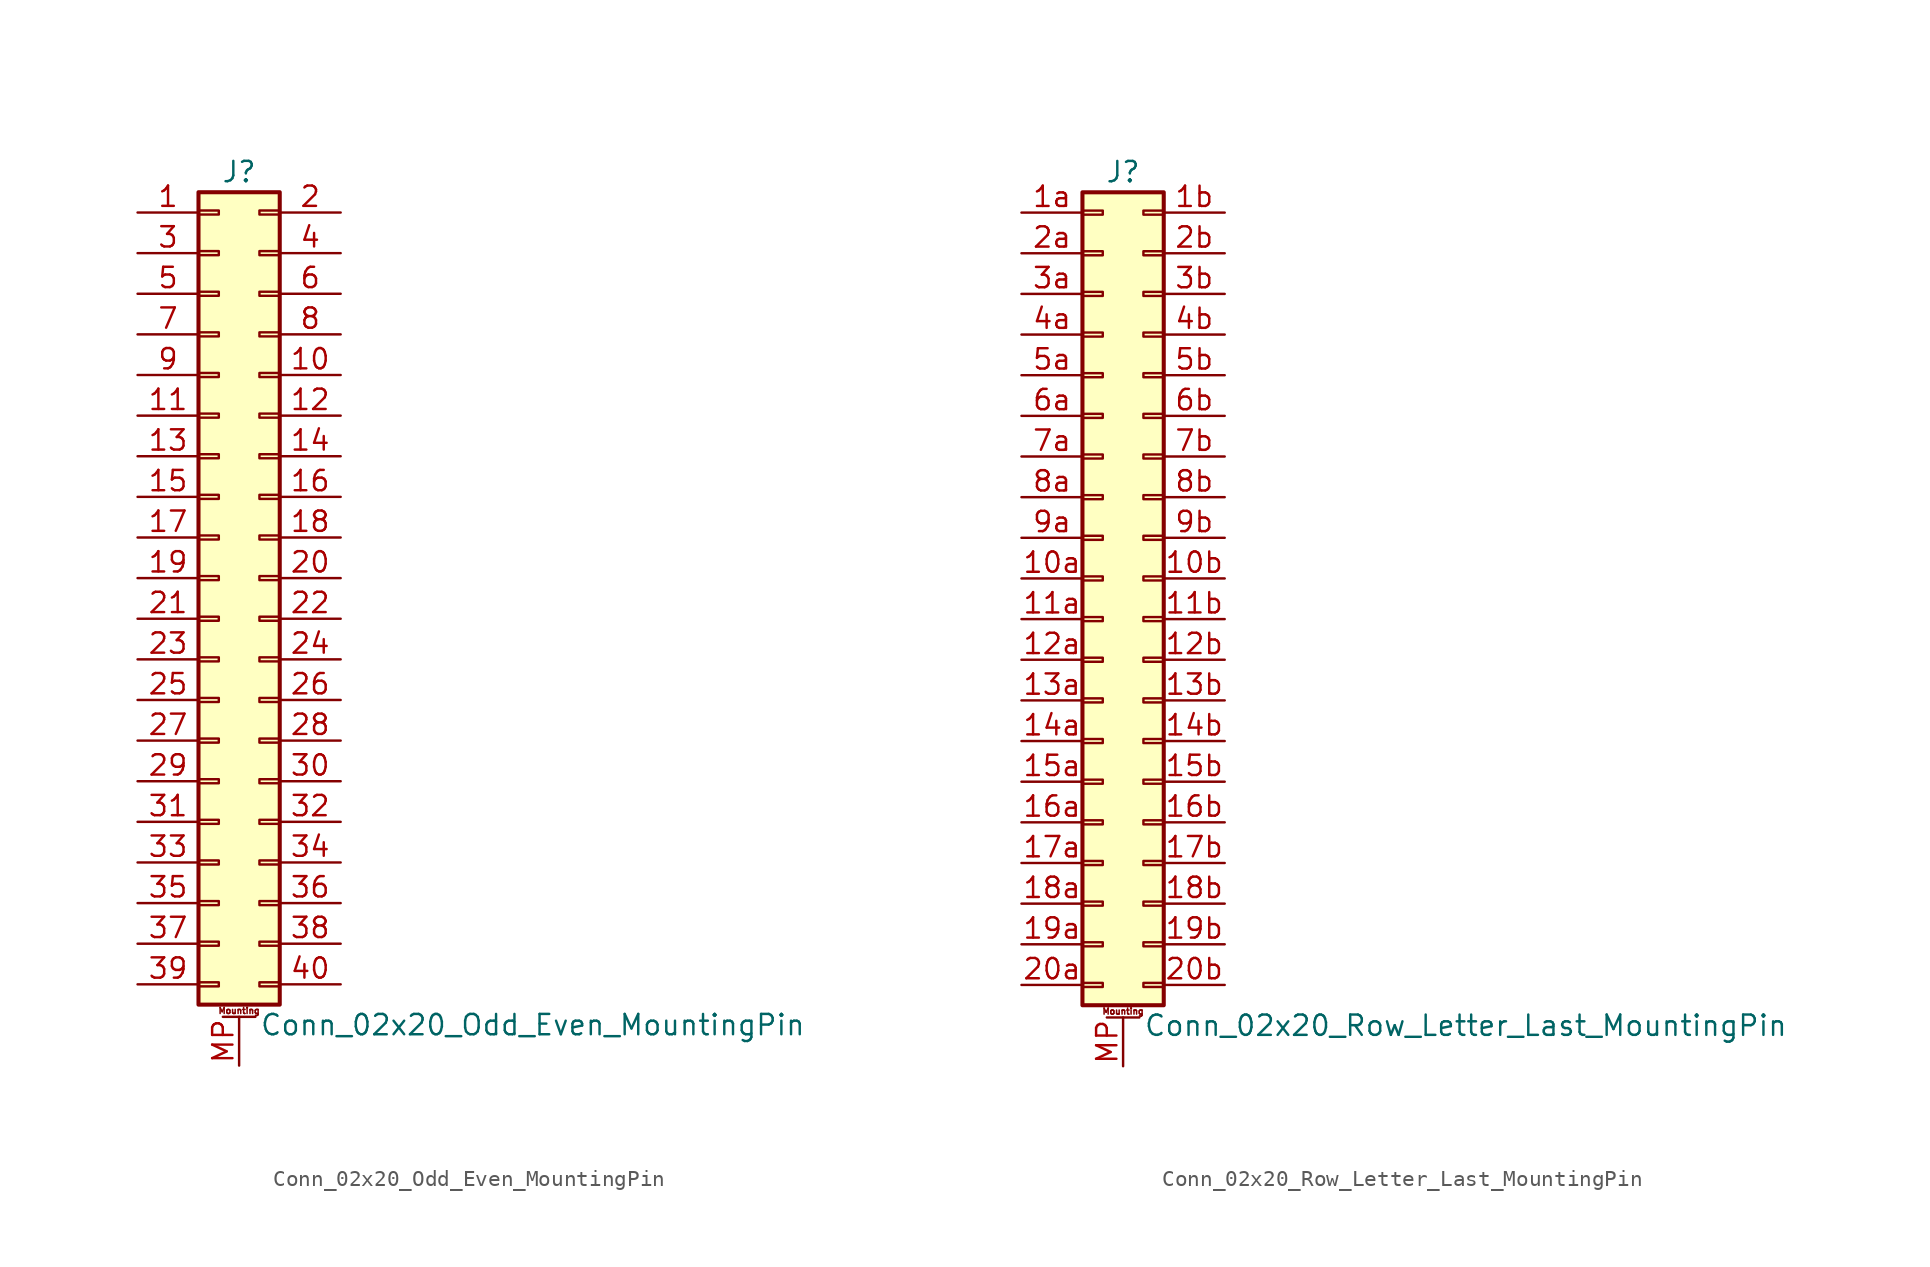
<source format=kicad_sym>
(kicad_symbol_lib
  (version 20201005)
  (generator kicad_symbol_editor)
  (symbol "Connector_Generic_MountingPin:Conn_02x20_Odd_Even_MountingPin"
    (pin_names
      (offset 1.016) hide)
    (property "Reference" "J"
      (at 1.27 25.4 0)
      (effects (font (size 1.27 1.27))))
    (property "Value" "Conn_02x20_Odd_Even_MountingPin"
      (at 2.54 -27.94 0)
      (effects (font (size 1.27 1.27)) (justify left)))
    (symbol "Conn_02x20_Odd_Even_MountingPin_1_1"
      (text "Mounting" (at 1.27 -27.051 0) (effects (font (size 0.381 0.381))))
      (rectangle (start -1.27 -4.953) (end 0 -5.207) (stroke (width 0.152)) (fill (type none)))
      (rectangle (start -1.27 -7.493) (end 0 -7.747) (stroke (width 0.152)) (fill (type none)))
      (rectangle (start -1.27 -10.033) (end 0 -10.287) (stroke (width 0.152)) (fill (type none)))
      (rectangle (start -1.27 -12.573) (end 0 -12.827) (stroke (width 0.152)) (fill (type none)))
      (rectangle (start -1.27 -15.113) (end 0 -15.367) (stroke (width 0.152)) (fill (type none)))
      (rectangle (start -1.27 -17.653) (end 0 -17.907) (stroke (width 0.152)) (fill (type none)))
      (rectangle (start -1.27 -20.193) (end 0 -20.447) (stroke (width 0.152)) (fill (type none)))
      (rectangle (start -1.27 -22.733) (end 0 -22.987) (stroke (width 0.152)) (fill (type none)))
      (rectangle (start -1.27 -2.413) (end 0 -2.667) (stroke (width 0.152)) (fill (type none)))
      (rectangle (start -1.27 -25.273) (end 0 -25.527) (stroke (width 0.152)) (fill (type none)))
      (rectangle (start -1.27 2.667) (end 0 2.413) (stroke (width 0.152)) (fill (type none)))
      (rectangle (start -1.27 5.207) (end 0 4.953) (stroke (width 0.152)) (fill (type none)))
      (rectangle (start -1.27 7.747) (end 0 7.493) (stroke (width 0.152)) (fill (type none)))
      (rectangle (start -1.27 10.287) (end 0 10.033) (stroke (width 0.152)) (fill (type none)))
      (rectangle (start -1.27 0.127) (end 0 -0.127) (stroke (width 0.152)) (fill (type none)))
      (rectangle (start -1.27 12.827) (end 0 12.573) (stroke (width 0.152)) (fill (type none)))
      (rectangle (start -1.27 15.367) (end 0 15.113) (stroke (width 0.152)) (fill (type none)))
      (rectangle (start -1.27 17.907) (end 0 17.653) (stroke (width 0.152)) (fill (type none)))
      (rectangle (start -1.27 20.447) (end 0 20.193) (stroke (width 0.152)) (fill (type none)))
      (rectangle (start -1.27 22.987) (end 0 22.733) (stroke (width 0.152)) (fill (type none)))
      (rectangle (start -1.27 24.13) (end 3.81 -26.67) (stroke (width 0.254)) (fill (type background)))
      (rectangle (start 3.81 -4.953) (end 2.54 -5.207) (stroke (width 0.152)) (fill (type none)))
      (rectangle (start 3.81 -7.493) (end 2.54 -7.747) (stroke (width 0.152)) (fill (type none)))
      (rectangle (start 3.81 -10.033) (end 2.54 -10.287) (stroke (width 0.152)) (fill (type none)))
      (rectangle (start 3.81 -12.573) (end 2.54 -12.827) (stroke (width 0.152)) (fill (type none)))
      (rectangle (start 3.81 -15.113) (end 2.54 -15.367) (stroke (width 0.152)) (fill (type none)))
      (rectangle (start 3.81 -17.653) (end 2.54 -17.907) (stroke (width 0.152)) (fill (type none)))
      (rectangle (start 3.81 -20.193) (end 2.54 -20.447) (stroke (width 0.152)) (fill (type none)))
      (rectangle (start 3.81 -22.733) (end 2.54 -22.987) (stroke (width 0.152)) (fill (type none)))
      (rectangle (start 3.81 -2.413) (end 2.54 -2.667) (stroke (width 0.152)) (fill (type none)))
      (rectangle (start 3.81 -25.273) (end 2.54 -25.527) (stroke (width 0.152)) (fill (type none)))
      (rectangle (start 3.81 2.667) (end 2.54 2.413) (stroke (width 0.152)) (fill (type none)))
      (rectangle (start 3.81 5.207) (end 2.54 4.953) (stroke (width 0.152)) (fill (type none)))
      (rectangle (start 3.81 7.747) (end 2.54 7.493) (stroke (width 0.152)) (fill (type none)))
      (rectangle (start 3.81 10.287) (end 2.54 10.033) (stroke (width 0.152)) (fill (type none)))
      (rectangle (start 3.81 0.127) (end 2.54 -0.127) (stroke (width 0.152)) (fill (type none)))
      (rectangle (start 3.81 12.827) (end 2.54 12.573) (stroke (width 0.152)) (fill (type none)))
      (rectangle (start 3.81 15.367) (end 2.54 15.113) (stroke (width 0.152)) (fill (type none)))
      (rectangle (start 3.81 17.907) (end 2.54 17.653) (stroke (width 0.152)) (fill (type none)))
      (rectangle (start 3.81 20.447) (end 2.54 20.193) (stroke (width 0.152)) (fill (type none)))
      (rectangle (start 3.81 22.987) (end 2.54 22.733) (stroke (width 0.152)) (fill (type none)))
      (polyline (pts (xy 0.254 -27.432) (xy 2.286 -27.432)) (stroke (width 0.152)) (fill (type none)))
      (pin passive line (at 1.27 -30.48 90) (length 3.048) (name "MountPin" (effects (font (size 1.27 1.27)))) (number "MP" (effects (font (size 1.27 1.27)))))
      (pin passive line (at -5.08 22.86 0) (length 3.81) (name "Pin_1" (effects (font (size 1.27 1.27)))) (number "1" (effects (font (size 1.27 1.27)))))
      (pin passive line (at 7.62 12.7 180) (length 3.81) (name "Pin_10" (effects (font (size 1.27 1.27)))) (number "10" (effects (font (size 1.27 1.27)))))
      (pin passive line (at -5.08 10.16 0) (length 3.81) (name "Pin_11" (effects (font (size 1.27 1.27)))) (number "11" (effects (font (size 1.27 1.27)))))
      (pin passive line (at 7.62 10.16 180) (length 3.81) (name "Pin_12" (effects (font (size 1.27 1.27)))) (number "12" (effects (font (size 1.27 1.27)))))
      (pin passive line (at -5.08 7.62 0) (length 3.81) (name "Pin_13" (effects (font (size 1.27 1.27)))) (number "13" (effects (font (size 1.27 1.27)))))
      (pin passive line (at 7.62 7.62 180) (length 3.81) (name "Pin_14" (effects (font (size 1.27 1.27)))) (number "14" (effects (font (size 1.27 1.27)))))
      (pin passive line (at -5.08 5.08 0) (length 3.81) (name "Pin_15" (effects (font (size 1.27 1.27)))) (number "15" (effects (font (size 1.27 1.27)))))
      (pin passive line (at 7.62 5.08 180) (length 3.81) (name "Pin_16" (effects (font (size 1.27 1.27)))) (number "16" (effects (font (size 1.27 1.27)))))
      (pin passive line (at -5.08 2.54 0) (length 3.81) (name "Pin_17" (effects (font (size 1.27 1.27)))) (number "17" (effects (font (size 1.27 1.27)))))
      (pin passive line (at 7.62 2.54 180) (length 3.81) (name "Pin_18" (effects (font (size 1.27 1.27)))) (number "18" (effects (font (size 1.27 1.27)))))
      (pin passive line (at -5.08 0 0) (length 3.81) (name "Pin_19" (effects (font (size 1.27 1.27)))) (number "19" (effects (font (size 1.27 1.27)))))
      (pin passive line (at 7.62 22.86 180) (length 3.81) (name "Pin_2" (effects (font (size 1.27 1.27)))) (number "2" (effects (font (size 1.27 1.27)))))
      (pin passive line (at 7.62 0 180) (length 3.81) (name "Pin_20" (effects (font (size 1.27 1.27)))) (number "20" (effects (font (size 1.27 1.27)))))
      (pin passive line (at -5.08 -2.54 0) (length 3.81) (name "Pin_21" (effects (font (size 1.27 1.27)))) (number "21" (effects (font (size 1.27 1.27)))))
      (pin passive line (at 7.62 -2.54 180) (length 3.81) (name "Pin_22" (effects (font (size 1.27 1.27)))) (number "22" (effects (font (size 1.27 1.27)))))
      (pin passive line (at -5.08 -5.08 0) (length 3.81) (name "Pin_23" (effects (font (size 1.27 1.27)))) (number "23" (effects (font (size 1.27 1.27)))))
      (pin passive line (at 7.62 -5.08 180) (length 3.81) (name "Pin_24" (effects (font (size 1.27 1.27)))) (number "24" (effects (font (size 1.27 1.27)))))
      (pin passive line (at -5.08 -7.62 0) (length 3.81) (name "Pin_25" (effects (font (size 1.27 1.27)))) (number "25" (effects (font (size 1.27 1.27)))))
      (pin passive line (at 7.62 -7.62 180) (length 3.81) (name "Pin_26" (effects (font (size 1.27 1.27)))) (number "26" (effects (font (size 1.27 1.27)))))
      (pin passive line (at -5.08 -10.16 0) (length 3.81) (name "Pin_27" (effects (font (size 1.27 1.27)))) (number "27" (effects (font (size 1.27 1.27)))))
      (pin passive line (at 7.62 -10.16 180) (length 3.81) (name "Pin_28" (effects (font (size 1.27 1.27)))) (number "28" (effects (font (size 1.27 1.27)))))
      (pin passive line (at -5.08 -12.7 0) (length 3.81) (name "Pin_29" (effects (font (size 1.27 1.27)))) (number "29" (effects (font (size 1.27 1.27)))))
      (pin passive line (at -5.08 20.32 0) (length 3.81) (name "Pin_3" (effects (font (size 1.27 1.27)))) (number "3" (effects (font (size 1.27 1.27)))))
      (pin passive line (at 7.62 -12.7 180) (length 3.81) (name "Pin_30" (effects (font (size 1.27 1.27)))) (number "30" (effects (font (size 1.27 1.27)))))
      (pin passive line (at -5.08 -15.24 0) (length 3.81) (name "Pin_31" (effects (font (size 1.27 1.27)))) (number "31" (effects (font (size 1.27 1.27)))))
      (pin passive line (at 7.62 -15.24 180) (length 3.81) (name "Pin_32" (effects (font (size 1.27 1.27)))) (number "32" (effects (font (size 1.27 1.27)))))
      (pin passive line (at -5.08 -17.78 0) (length 3.81) (name "Pin_33" (effects (font (size 1.27 1.27)))) (number "33" (effects (font (size 1.27 1.27)))))
      (pin passive line (at 7.62 -17.78 180) (length 3.81) (name "Pin_34" (effects (font (size 1.27 1.27)))) (number "34" (effects (font (size 1.27 1.27)))))
      (pin passive line (at -5.08 -20.32 0) (length 3.81) (name "Pin_35" (effects (font (size 1.27 1.27)))) (number "35" (effects (font (size 1.27 1.27)))))
      (pin passive line (at 7.62 -20.32 180) (length 3.81) (name "Pin_36" (effects (font (size 1.27 1.27)))) (number "36" (effects (font (size 1.27 1.27)))))
      (pin passive line (at -5.08 -22.86 0) (length 3.81) (name "Pin_37" (effects (font (size 1.27 1.27)))) (number "37" (effects (font (size 1.27 1.27)))))
      (pin passive line (at 7.62 -22.86 180) (length 3.81) (name "Pin_38" (effects (font (size 1.27 1.27)))) (number "38" (effects (font (size 1.27 1.27)))))
      (pin passive line (at -5.08 -25.4 0) (length 3.81) (name "Pin_39" (effects (font (size 1.27 1.27)))) (number "39" (effects (font (size 1.27 1.27)))))
      (pin passive line (at 7.62 20.32 180) (length 3.81) (name "Pin_4" (effects (font (size 1.27 1.27)))) (number "4" (effects (font (size 1.27 1.27)))))
      (pin passive line (at 7.62 -25.4 180) (length 3.81) (name "Pin_40" (effects (font (size 1.27 1.27)))) (number "40" (effects (font (size 1.27 1.27)))))
      (pin passive line (at -5.08 17.78 0) (length 3.81) (name "Pin_5" (effects (font (size 1.27 1.27)))) (number "5" (effects (font (size 1.27 1.27)))))
      (pin passive line (at 7.62 17.78 180) (length 3.81) (name "Pin_6" (effects (font (size 1.27 1.27)))) (number "6" (effects (font (size 1.27 1.27)))))
      (pin passive line (at -5.08 15.24 0) (length 3.81) (name "Pin_7" (effects (font (size 1.27 1.27)))) (number "7" (effects (font (size 1.27 1.27)))))
      (pin passive line (at 7.62 15.24 180) (length 3.81) (name "Pin_8" (effects (font (size 1.27 1.27)))) (number "8" (effects (font (size 1.27 1.27)))))
      (pin passive line (at -5.08 12.7 0) (length 3.81) (name "Pin_9" (effects (font (size 1.27 1.27)))) (number "9" (effects (font (size 1.27 1.27)))))))
  (symbol "Connector_Generic_MountingPin:Conn_02x20_Row_Letter_Last_MountingPin"
    (pin_names
      (offset 1.016) hide)
    (property "Reference" "J"
      (at 1.27 25.4 0)
      (effects (font (size 1.27 1.27))))
    (property "Value" "Conn_02x20_Row_Letter_Last_MountingPin"
      (at 2.54 -27.94 0)
      (effects (font (size 1.27 1.27)) (justify left)))
    (symbol "Conn_02x20_Row_Letter_Last_MountingPin_1_1"
      (text "Mounting" (at 1.27 -27.051 0) (effects (font (size 0.381 0.381))))
      (rectangle (start -1.27 -4.953) (end 0 -5.207) (stroke (width 0.152)) (fill (type none)))
      (rectangle (start -1.27 -7.493) (end 0 -7.747) (stroke (width 0.152)) (fill (type none)))
      (rectangle (start -1.27 -10.033) (end 0 -10.287) (stroke (width 0.152)) (fill (type none)))
      (rectangle (start -1.27 -12.573) (end 0 -12.827) (stroke (width 0.152)) (fill (type none)))
      (rectangle (start -1.27 -15.113) (end 0 -15.367) (stroke (width 0.152)) (fill (type none)))
      (rectangle (start -1.27 -17.653) (end 0 -17.907) (stroke (width 0.152)) (fill (type none)))
      (rectangle (start -1.27 -20.193) (end 0 -20.447) (stroke (width 0.152)) (fill (type none)))
      (rectangle (start -1.27 -22.733) (end 0 -22.987) (stroke (width 0.152)) (fill (type none)))
      (rectangle (start -1.27 -2.413) (end 0 -2.667) (stroke (width 0.152)) (fill (type none)))
      (rectangle (start -1.27 -25.273) (end 0 -25.527) (stroke (width 0.152)) (fill (type none)))
      (rectangle (start -1.27 2.667) (end 0 2.413) (stroke (width 0.152)) (fill (type none)))
      (rectangle (start -1.27 5.207) (end 0 4.953) (stroke (width 0.152)) (fill (type none)))
      (rectangle (start -1.27 7.747) (end 0 7.493) (stroke (width 0.152)) (fill (type none)))
      (rectangle (start -1.27 10.287) (end 0 10.033) (stroke (width 0.152)) (fill (type none)))
      (rectangle (start -1.27 0.127) (end 0 -0.127) (stroke (width 0.152)) (fill (type none)))
      (rectangle (start -1.27 12.827) (end 0 12.573) (stroke (width 0.152)) (fill (type none)))
      (rectangle (start -1.27 15.367) (end 0 15.113) (stroke (width 0.152)) (fill (type none)))
      (rectangle (start -1.27 17.907) (end 0 17.653) (stroke (width 0.152)) (fill (type none)))
      (rectangle (start -1.27 20.447) (end 0 20.193) (stroke (width 0.152)) (fill (type none)))
      (rectangle (start -1.27 22.987) (end 0 22.733) (stroke (width 0.152)) (fill (type none)))
      (rectangle (start -1.27 24.13) (end 3.81 -26.67) (stroke (width 0.254)) (fill (type background)))
      (rectangle (start 3.81 -4.953) (end 2.54 -5.207) (stroke (width 0.152)) (fill (type none)))
      (rectangle (start 3.81 -7.493) (end 2.54 -7.747) (stroke (width 0.152)) (fill (type none)))
      (rectangle (start 3.81 -10.033) (end 2.54 -10.287) (stroke (width 0.152)) (fill (type none)))
      (rectangle (start 3.81 -12.573) (end 2.54 -12.827) (stroke (width 0.152)) (fill (type none)))
      (rectangle (start 3.81 -15.113) (end 2.54 -15.367) (stroke (width 0.152)) (fill (type none)))
      (rectangle (start 3.81 -17.653) (end 2.54 -17.907) (stroke (width 0.152)) (fill (type none)))
      (rectangle (start 3.81 -20.193) (end 2.54 -20.447) (stroke (width 0.152)) (fill (type none)))
      (rectangle (start 3.81 -22.733) (end 2.54 -22.987) (stroke (width 0.152)) (fill (type none)))
      (rectangle (start 3.81 -2.413) (end 2.54 -2.667) (stroke (width 0.152)) (fill (type none)))
      (rectangle (start 3.81 -25.273) (end 2.54 -25.527) (stroke (width 0.152)) (fill (type none)))
      (rectangle (start 3.81 2.667) (end 2.54 2.413) (stroke (width 0.152)) (fill (type none)))
      (rectangle (start 3.81 5.207) (end 2.54 4.953) (stroke (width 0.152)) (fill (type none)))
      (rectangle (start 3.81 7.747) (end 2.54 7.493) (stroke (width 0.152)) (fill (type none)))
      (rectangle (start 3.81 10.287) (end 2.54 10.033) (stroke (width 0.152)) (fill (type none)))
      (rectangle (start 3.81 0.127) (end 2.54 -0.127) (stroke (width 0.152)) (fill (type none)))
      (rectangle (start 3.81 12.827) (end 2.54 12.573) (stroke (width 0.152)) (fill (type none)))
      (rectangle (start 3.81 15.367) (end 2.54 15.113) (stroke (width 0.152)) (fill (type none)))
      (rectangle (start 3.81 17.907) (end 2.54 17.653) (stroke (width 0.152)) (fill (type none)))
      (rectangle (start 3.81 20.447) (end 2.54 20.193) (stroke (width 0.152)) (fill (type none)))
      (rectangle (start 3.81 22.987) (end 2.54 22.733) (stroke (width 0.152)) (fill (type none)))
      (polyline (pts (xy 0.254 -27.432) (xy 2.286 -27.432)) (stroke (width 0.152)) (fill (type none)))
      (pin passive line (at 1.27 -30.48 90) (length 3.048) (name "MountPin" (effects (font (size 1.27 1.27)))) (number "MP" (effects (font (size 1.27 1.27)))))
      (pin passive line (at -5.08 0 0) (length 3.81) (name "Pin_10a" (effects (font (size 1.27 1.27)))) (number "10a" (effects (font (size 1.27 1.27)))))
      (pin passive line (at 7.62 0 180) (length 3.81) (name "Pin_10b" (effects (font (size 1.27 1.27)))) (number "10b" (effects (font (size 1.27 1.27)))))
      (pin passive line (at -5.08 -2.54 0) (length 3.81) (name "Pin_11a" (effects (font (size 1.27 1.27)))) (number "11a" (effects (font (size 1.27 1.27)))))
      (pin passive line (at 7.62 -2.54 180) (length 3.81) (name "Pin_11b" (effects (font (size 1.27 1.27)))) (number "11b" (effects (font (size 1.27 1.27)))))
      (pin passive line (at -5.08 -5.08 0) (length 3.81) (name "Pin_12a" (effects (font (size 1.27 1.27)))) (number "12a" (effects (font (size 1.27 1.27)))))
      (pin passive line (at 7.62 -5.08 180) (length 3.81) (name "Pin_12b" (effects (font (size 1.27 1.27)))) (number "12b" (effects (font (size 1.27 1.27)))))
      (pin passive line (at -5.08 -7.62 0) (length 3.81) (name "Pin_13a" (effects (font (size 1.27 1.27)))) (number "13a" (effects (font (size 1.27 1.27)))))
      (pin passive line (at 7.62 -7.62 180) (length 3.81) (name "Pin_13b" (effects (font (size 1.27 1.27)))) (number "13b" (effects (font (size 1.27 1.27)))))
      (pin passive line (at -5.08 -10.16 0) (length 3.81) (name "Pin_14a" (effects (font (size 1.27 1.27)))) (number "14a" (effects (font (size 1.27 1.27)))))
      (pin passive line (at 7.62 -10.16 180) (length 3.81) (name "Pin_14b" (effects (font (size 1.27 1.27)))) (number "14b" (effects (font (size 1.27 1.27)))))
      (pin passive line (at -5.08 -12.7 0) (length 3.81) (name "Pin_15a" (effects (font (size 1.27 1.27)))) (number "15a" (effects (font (size 1.27 1.27)))))
      (pin passive line (at 7.62 -12.7 180) (length 3.81) (name "Pin_15b" (effects (font (size 1.27 1.27)))) (number "15b" (effects (font (size 1.27 1.27)))))
      (pin passive line (at -5.08 -15.24 0) (length 3.81) (name "Pin_16a" (effects (font (size 1.27 1.27)))) (number "16a" (effects (font (size 1.27 1.27)))))
      (pin passive line (at 7.62 -15.24 180) (length 3.81) (name "Pin_16b" (effects (font (size 1.27 1.27)))) (number "16b" (effects (font (size 1.27 1.27)))))
      (pin passive line (at -5.08 -17.78 0) (length 3.81) (name "Pin_17a" (effects (font (size 1.27 1.27)))) (number "17a" (effects (font (size 1.27 1.27)))))
      (pin passive line (at 7.62 -17.78 180) (length 3.81) (name "Pin_17b" (effects (font (size 1.27 1.27)))) (number "17b" (effects (font (size 1.27 1.27)))))
      (pin passive line (at -5.08 -20.32 0) (length 3.81) (name "Pin_18a" (effects (font (size 1.27 1.27)))) (number "18a" (effects (font (size 1.27 1.27)))))
      (pin passive line (at 7.62 -20.32 180) (length 3.81) (name "Pin_18b" (effects (font (size 1.27 1.27)))) (number "18b" (effects (font (size 1.27 1.27)))))
      (pin passive line (at -5.08 -22.86 0) (length 3.81) (name "Pin_19a" (effects (font (size 1.27 1.27)))) (number "19a" (effects (font (size 1.27 1.27)))))
      (pin passive line (at 7.62 -22.86 180) (length 3.81) (name "Pin_19b" (effects (font (size 1.27 1.27)))) (number "19b" (effects (font (size 1.27 1.27)))))
      (pin passive line (at -5.08 22.86 0) (length 3.81) (name "Pin_1a" (effects (font (size 1.27 1.27)))) (number "1a" (effects (font (size 1.27 1.27)))))
      (pin passive line (at 7.62 22.86 180) (length 3.81) (name "Pin_1b" (effects (font (size 1.27 1.27)))) (number "1b" (effects (font (size 1.27 1.27)))))
      (pin passive line (at -5.08 -25.4 0) (length 3.81) (name "Pin_20a" (effects (font (size 1.27 1.27)))) (number "20a" (effects (font (size 1.27 1.27)))))
      (pin passive line (at 7.62 -25.4 180) (length 3.81) (name "Pin_20b" (effects (font (size 1.27 1.27)))) (number "20b" (effects (font (size 1.27 1.27)))))
      (pin passive line (at -5.08 20.32 0) (length 3.81) (name "Pin_2a" (effects (font (size 1.27 1.27)))) (number "2a" (effects (font (size 1.27 1.27)))))
      (pin passive line (at 7.62 20.32 180) (length 3.81) (name "Pin_2b" (effects (font (size 1.27 1.27)))) (number "2b" (effects (font (size 1.27 1.27)))))
      (pin passive line (at -5.08 17.78 0) (length 3.81) (name "Pin_3a" (effects (font (size 1.27 1.27)))) (number "3a" (effects (font (size 1.27 1.27)))))
      (pin passive line (at 7.62 17.78 180) (length 3.81) (name "Pin_3b" (effects (font (size 1.27 1.27)))) (number "3b" (effects (font (size 1.27 1.27)))))
      (pin passive line (at -5.08 15.24 0) (length 3.81) (name "Pin_4a" (effects (font (size 1.27 1.27)))) (number "4a" (effects (font (size 1.27 1.27)))))
      (pin passive line (at 7.62 15.24 180) (length 3.81) (name "Pin_4b" (effects (font (size 1.27 1.27)))) (number "4b" (effects (font (size 1.27 1.27)))))
      (pin passive line (at -5.08 12.7 0) (length 3.81) (name "Pin_5a" (effects (font (size 1.27 1.27)))) (number "5a" (effects (font (size 1.27 1.27)))))
      (pin passive line (at 7.62 12.7 180) (length 3.81) (name "Pin_5b" (effects (font (size 1.27 1.27)))) (number "5b" (effects (font (size 1.27 1.27)))))
      (pin passive line (at -5.08 10.16 0) (length 3.81) (name "Pin_6a" (effects (font (size 1.27 1.27)))) (number "6a" (effects (font (size 1.27 1.27)))))
      (pin passive line (at 7.62 10.16 180) (length 3.81) (name "Pin_6b" (effects (font (size 1.27 1.27)))) (number "6b" (effects (font (size 1.27 1.27)))))
      (pin passive line (at -5.08 7.62 0) (length 3.81) (name "Pin_7a" (effects (font (size 1.27 1.27)))) (number "7a" (effects (font (size 1.27 1.27)))))
      (pin passive line (at 7.62 7.62 180) (length 3.81) (name "Pin_7b" (effects (font (size 1.27 1.27)))) (number "7b" (effects (font (size 1.27 1.27)))))
      (pin passive line (at -5.08 5.08 0) (length 3.81) (name "Pin_8a" (effects (font (size 1.27 1.27)))) (number "8a" (effects (font (size 1.27 1.27)))))
      (pin passive line (at 7.62 5.08 180) (length 3.81) (name "Pin_8b" (effects (font (size 1.27 1.27)))) (number "8b" (effects (font (size 1.27 1.27)))))
      (pin passive line (at -5.08 2.54 0) (length 3.81) (name "Pin_9a" (effects (font (size 1.27 1.27)))) (number "9a" (effects (font (size 1.27 1.27)))))
      (pin passive line (at 7.62 2.54 180) (length 3.81) (name "Pin_9b" (effects (font (size 1.27 1.27)))) (number "9b" (effects (font (size 1.27 1.27))))))))
</source>
